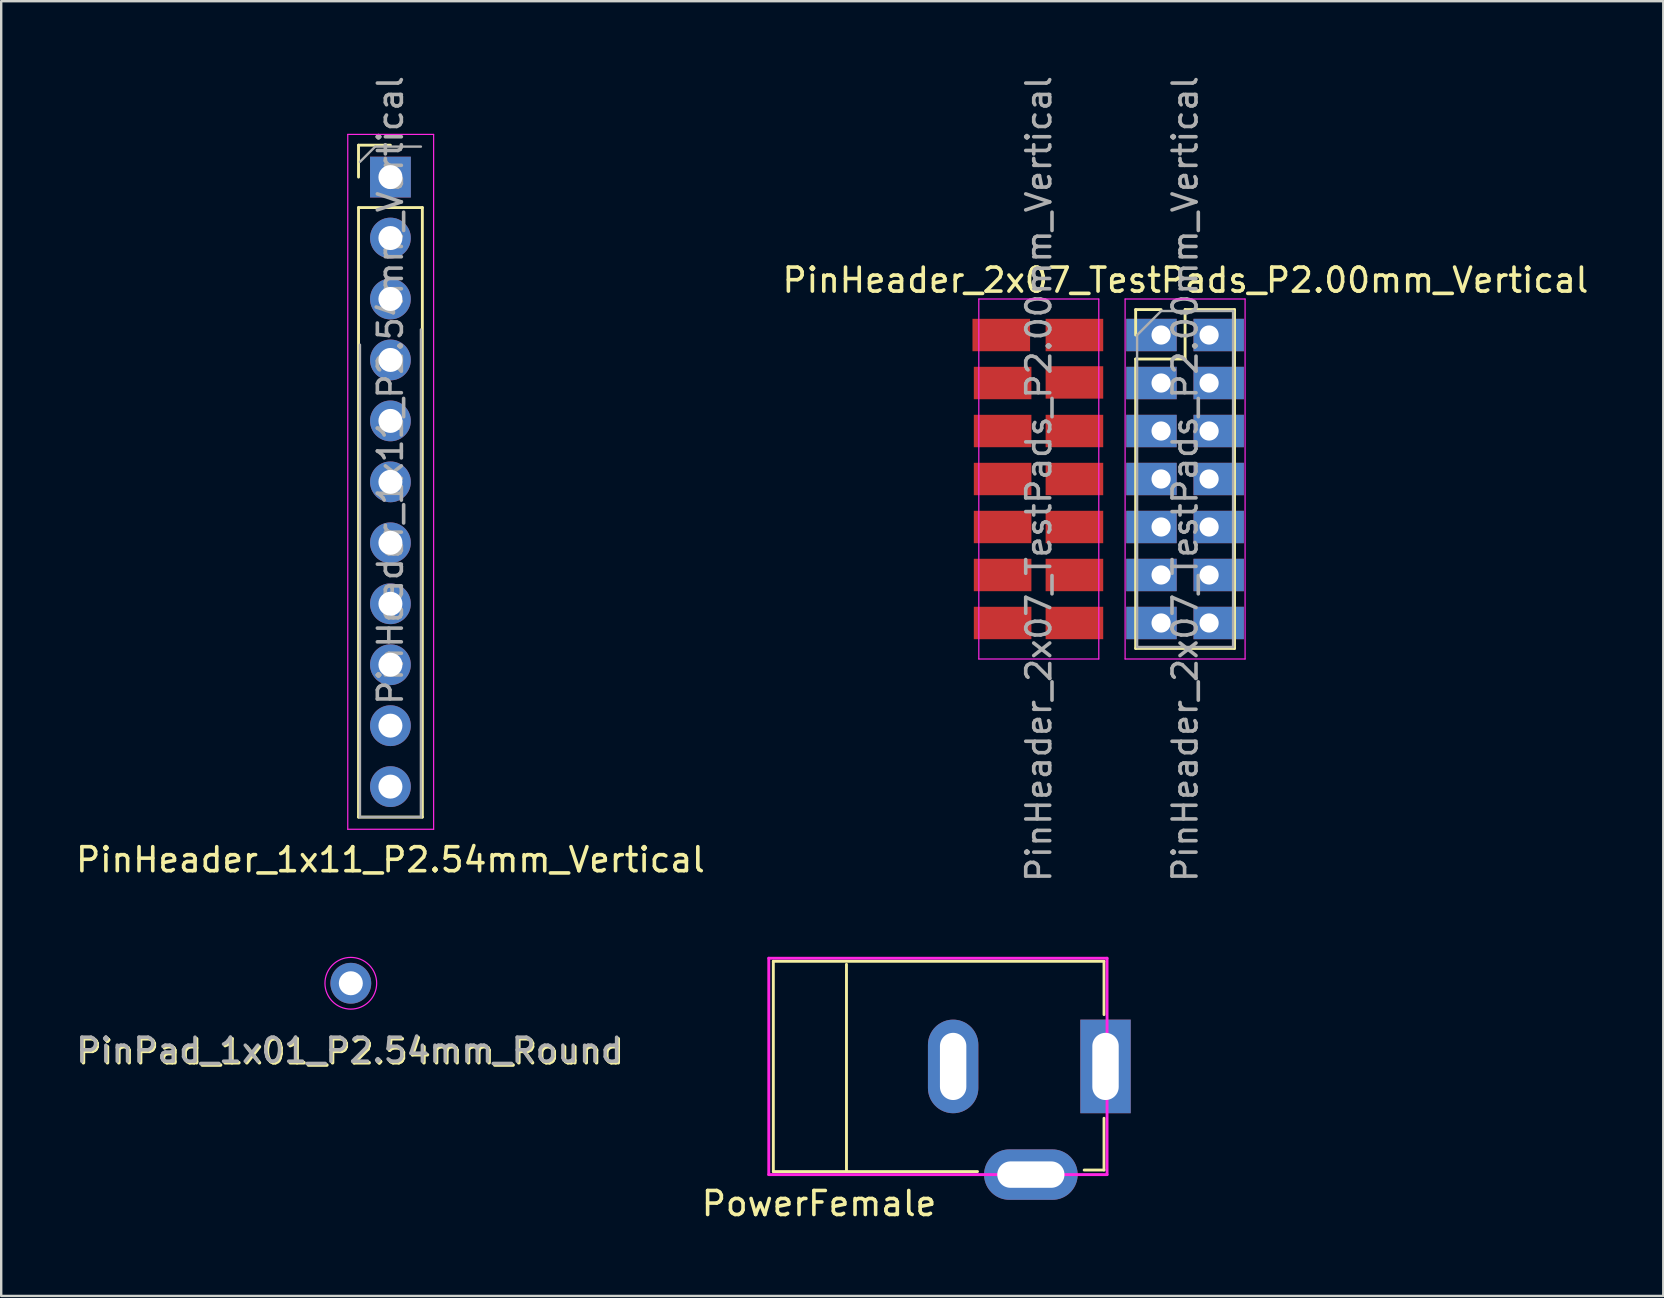
<source format=kicad_pcb>
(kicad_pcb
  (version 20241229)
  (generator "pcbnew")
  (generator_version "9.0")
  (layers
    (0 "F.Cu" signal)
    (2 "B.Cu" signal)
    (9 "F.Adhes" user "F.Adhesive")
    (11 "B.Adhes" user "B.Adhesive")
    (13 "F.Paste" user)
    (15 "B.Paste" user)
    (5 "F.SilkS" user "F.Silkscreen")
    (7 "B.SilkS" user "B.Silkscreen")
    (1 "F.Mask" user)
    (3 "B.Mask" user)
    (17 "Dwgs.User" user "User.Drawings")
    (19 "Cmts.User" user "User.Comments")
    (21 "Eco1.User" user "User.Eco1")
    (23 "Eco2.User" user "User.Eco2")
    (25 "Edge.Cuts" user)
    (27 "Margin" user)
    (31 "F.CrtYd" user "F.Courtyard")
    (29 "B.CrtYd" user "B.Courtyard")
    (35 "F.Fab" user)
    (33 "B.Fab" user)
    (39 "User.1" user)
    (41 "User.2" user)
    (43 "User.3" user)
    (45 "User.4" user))
  (footprint "PinPad_1x01_P2.54mm_Round"
    (layer "F.Cu")
    (at 11.569 37.924)
    (property "Reference" "PinPad_1x01_P2.54mm_Round" (at 0 2.857 0) (layer "F.SilkS") (effects (font (size 1 1) (thickness 0.15))))
    (attr through_hole)
    (fp_circle (center 0 0) (end 0.762 0.762) (stroke (width 0.05) (type solid)) (fill no) (layer "F.CrtYd"))
    (fp_text user "${REFERENCE}" (at -0.064 2.794 0) (layer "F.Fab") (effects (font (size 1 1) (thickness 0.15))))
    (pad "1" thru_hole circle (at 0 0) (size 1.7 1.7) (drill 1) (layers "*.Cu" "*.Mask")))
  (footprint "PinHeader_2x07_TestPads_P2.00mm_Vertical"
    (layer "F.Cu")
    (at 43.501 17.045)
    (property "Reference" "PinHeader_2x07_TestPads_P2.00mm_Vertical" (at 2.85 -8.42 0) (layer "F.SilkS") (effects (font (size 1 1) (thickness 0.15))))
    (attr through_hole)
    (fp_line (start 0.774 -7.194) (end 1.834 -7.194) (stroke (width 0.12) (type solid)) (layer "F.SilkS"))
    (fp_line (start 0.774 -6.134) (end 0.774 -7.194) (stroke (width 0.12) (type solid)) (layer "F.SilkS"))
    (fp_line (start 0.774 -5.134) (end 0.774 6.926) (stroke (width 0.12) (type solid)) (layer "F.SilkS"))
    (fp_line (start 0.774 -5.134) (end 2.834 -5.134) (stroke (width 0.12) (type solid)) (layer "F.SilkS"))
    (fp_line (start 0.774 6.926) (end 4.894 6.926) (stroke (width 0.12) (type solid)) (layer "F.SilkS"))
    (fp_line (start 2.834 -7.194) (end 4.894 -7.194) (stroke (width 0.12) (type solid)) (layer "F.SilkS"))
    (fp_line (start 2.834 -5.134) (end 2.834 -7.194) (stroke (width 0.12) (type solid)) (layer "F.SilkS"))
    (fp_line (start 4.894 -7.194) (end 4.894 6.926) (stroke (width 0.12) (type solid)) (layer "F.SilkS"))
    (fp_line (start -5.762 -7.634) (end -5.762 7.366) (stroke (width 0.05) (type solid)) (layer "F.CrtYd"))
    (fp_line (start -5.762 7.366) (end -0.762 7.366) (stroke (width 0.05) (type solid)) (layer "F.CrtYd"))
    (fp_line (start -0.762 -7.634) (end -5.762 -7.634) (stroke (width 0.05) (type solid)) (layer "F.CrtYd"))
    (fp_line (start -0.762 7.366) (end -0.762 -7.634) (stroke (width 0.05) (type solid)) (layer "F.CrtYd"))
    (fp_line (start 0.334 -7.634) (end 0.334 7.366) (stroke (width 0.05) (type solid)) (layer "F.CrtYd"))
    (fp_line (start 0.334 7.366) (end 5.334 7.366) (stroke (width 0.05) (type solid)) (layer "F.CrtYd"))
    (fp_line (start 5.334 -7.634) (end 0.334 -7.634) (stroke (width 0.05) (type solid)) (layer "F.CrtYd"))
    (fp_line (start 5.334 7.366) (end 5.334 -7.634) (stroke (width 0.05) (type solid)) (layer "F.CrtYd"))
    (fp_line (start 0.834 -6.134) (end 1.834 -7.134) (stroke (width 0.1) (type solid)) (layer "F.Fab"))
    (fp_line (start 0.834 6.866) (end 0.834 -6.134) (stroke (width 0.1) (type solid)) (layer "F.Fab"))
    (fp_line (start 1.834 -7.134) (end 4.834 -7.134) (stroke (width 0.1) (type solid)) (layer "F.Fab"))
    (fp_line (start 4.834 -7.134) (end 4.834 6.866) (stroke (width 0.1) (type solid)) (layer "F.Fab"))
    (fp_line (start 4.834 6.866) (end 0.834 6.866) (stroke (width 0.1) (type solid)) (layer "F.Fab"))
    (fp_text user "${REFERENCE}" (at -3.262 -0.134 90) (layer "F.Fab") (effects (font (size 1 1) (thickness 0.15))))
    (fp_text user "${REFERENCE}" (at 2.834 -0.134 90) (layer "F.Fab") (effects (font (size 1 1) (thickness 0.15))))
    (pad "1" smd rect (at -4.826 -6.134) (size 2.4 1.35) (layers "F.Cu" "F.Mask" "F.Paste"))
    (pad "1" thru_hole rect (at 1.834 -6.134) (size 2.1 1.35) (drill 0.8 (offset -0.4 0)) (layers "*.Cu" "*.Mask"))
    (pad "2" smd rect (at -1.778 -6.134) (size 2.4 1.35) (layers "F.Cu" "F.Mask" "F.Paste"))
    (pad "2" thru_hole rect (at 3.834 -6.134) (size 2.1 1.35) (drill 0.8 (offset 0.4 0)) (layers "*.Cu" "*.Mask"))
    (pad "3" smd rect (at -4.77 -4.134) (size 2.4 1.35) (layers "F.Cu" "F.Mask" "F.Paste"))
    (pad "3" thru_hole rect (at 1.834 -4.134) (size 2.1 1.35) (drill 0.8 (offset -0.4 0)) (layers "*.Cu" "*.Mask"))
    (pad "4" smd rect (at -1.778 -4.158) (size 2.4 1.35) (layers "F.Cu" "F.Mask" "F.Paste"))
    (pad "4" thru_hole rect (at 3.834 -4.134) (size 2.1 1.35) (drill 0.8 (offset 0.4 0)) (layers "*.Cu" "*.Mask"))
    (pad "5" smd rect (at -4.77 -2.134) (size 2.4 1.35) (layers "F.Cu" "F.Mask" "F.Paste"))
    (pad "5" thru_hole rect (at 1.834 -2.134) (size 2.1 1.35) (drill 0.8 (offset -0.4 0)) (layers "*.Cu" "*.Mask"))
    (pad "6" smd rect (at -1.778 -2.134) (size 2.4 1.35) (layers "F.Cu" "F.Mask" "F.Paste"))
    (pad "6" thru_hole rect (at 3.834 -2.134) (size 2.1 1.35) (drill 0.8 (offset 0.4 0)) (layers "*.Cu" "*.Mask"))
    (pad "7" smd rect (at -4.77 -0.134) (size 2.4 1.35) (layers "F.Cu" "F.Mask" "F.Paste"))
    (pad "7" thru_hole rect (at 1.834 -0.134) (size 2.1 1.35) (drill 0.8 (offset -0.4 0)) (layers "*.Cu" "*.Mask"))
    (pad "8" smd rect (at -1.778 -0.134) (size 2.4 1.35) (layers "F.Cu" "F.Mask" "F.Paste"))
    (pad "8" thru_hole rect (at 3.834 -0.134) (size 2.1 1.35) (drill 0.8 (offset 0.4 0)) (layers "*.Cu" "*.Mask"))
    (pad "9" smd rect (at -4.77 1.866) (size 2.4 1.35) (layers "F.Cu" "F.Mask" "F.Paste"))
    (pad "9" thru_hole rect (at 1.834 1.866) (size 2.1 1.35) (drill 0.8 (offset -0.4 0)) (layers "*.Cu" "*.Mask"))
    (pad "10" smd rect (at -1.778 1.866) (size 2.4 1.35) (layers "F.Cu" "F.Mask" "F.Paste"))
    (pad "10" thru_hole rect (at 3.834 1.866) (size 2.1 1.35) (drill 0.8 (offset 0.4 0)) (layers "*.Cu" "*.Mask"))
    (pad "11" smd rect (at -4.77 3.866) (size 2.4 1.35) (layers "F.Cu" "F.Mask" "F.Paste"))
    (pad "11" thru_hole rect (at 1.834 3.866) (size 2.1 1.35) (drill 0.8 (offset -0.4 0)) (layers "*.Cu" "*.Mask"))
    (pad "12" smd rect (at -1.778 3.866) (size 2.4 1.35) (layers "F.Cu" "F.Mask" "F.Paste"))
    (pad "12" thru_hole rect (at 3.834 3.866) (size 2.1 1.35) (drill 0.8 (offset 0.4 0)) (layers "*.Cu" "*.Mask"))
    (pad "13" smd rect (at -4.77 5.866) (size 2.4 1.35) (layers "F.Cu" "F.Mask" "F.Paste"))
    (pad "13" thru_hole rect (at 1.834 5.866) (size 2.1 1.35) (drill 0.8 (offset -0.4 0)) (layers "*.Cu" "*.Mask"))
    (pad "14" smd rect (at -1.778 5.866) (size 2.4 1.35) (layers "F.Cu" "F.Mask" "F.Paste"))
    (pad "14" thru_hole rect (at 3.834 5.866) (size 2.1 1.35) (drill 0.8 (offset 0.4 0)) (layers "*.Cu" "*.Mask")))
  (footprint "PinHeader_1x11_P2.54mm_Vertical"
    (layer "F.Cu")
    (at 13.22 17.03)
    (property "Reference" "PinHeader_1x11_P2.54mm_Vertical" (at 0 15.748 0) (layer "F.SilkS") (effects (font (size 1 1) (thickness 0.15))))
    (attr through_hole)
    (fp_line (start -1.33 -14.03) (end 0 -14.03) (stroke (width 0.12) (type solid)) (layer "F.SilkS"))
    (fp_line (start -1.33 -12.7) (end -1.33 -14.03) (stroke (width 0.12) (type solid)) (layer "F.SilkS"))
    (fp_line (start -1.33 -11.43) (end -1.33 13.97) (stroke (width 0.12) (type solid)) (layer "F.SilkS"))
    (fp_line (start -1.33 -11.43) (end 1.33 -11.43) (stroke (width 0.12) (type solid)) (layer "F.SilkS"))
    (fp_line (start -1.33 13.97) (end 1.33 13.97) (stroke (width 0.12) (type solid)) (layer "F.SilkS"))
    (fp_line (start 1.33 -11.43) (end 1.33 13.97) (stroke (width 0.12) (type solid)) (layer "F.SilkS"))
    (fp_line (start -1.778 14.478) (end -1.778 -14.478) (stroke (width 0.05) (type solid)) (layer "F.CrtYd"))
    (fp_line (start 1.8 -14.478) (end -1.778 -14.478) (stroke (width 0.05) (type solid)) (layer "F.CrtYd"))
    (fp_line (start 1.8 -14.478) (end 1.8 14.478) (stroke (width 0.05) (type solid)) (layer "F.CrtYd"))
    (fp_line (start 1.8 14.478) (end -1.778 14.478) (stroke (width 0.05) (type solid)) (layer "F.CrtYd"))
    (fp_line (start -1.27 -13.335) (end -0.635 -13.97) (stroke (width 0.1) (type solid)) (layer "F.Fab"))
    (fp_line (start -1.27 13.97) (end -1.27 -5.715) (stroke (width 0.1) (type solid)) (layer "F.Fab"))
    (fp_line (start -0.635 -13.97) (end 1.27 -13.97) (stroke (width 0.1) (type solid)) (layer "F.Fab"))
    (fp_line (start 1.27 -6.35) (end 1.27 13.97) (stroke (width 0.1) (type solid)) (layer "F.Fab"))
    (fp_line (start 1.27 13.97) (end -1.27 13.97) (stroke (width 0.1) (type solid)) (layer "F.Fab"))
    (fp_text user "${REFERENCE}" (at 0 -3.81 90) (layer "F.Fab") (effects (font (size 1 1) (thickness 0.15))))
    (pad "1" thru_hole rect (at 0 -12.7) (size 1.7 1.7) (drill 1) (layers "*.Cu" "*.Mask"))
    (pad "2" thru_hole oval (at 0 -10.16) (size 1.7 1.7) (drill 1) (layers "*.Cu" "*.Mask"))
    (pad "3" thru_hole oval (at 0 -7.62) (size 1.7 1.7) (drill 1) (layers "*.Cu" "*.Mask"))
    (pad "4" thru_hole oval (at 0 -5.08) (size 1.7 1.7) (drill 1) (layers "*.Cu" "*.Mask"))
    (pad "5" thru_hole oval (at 0 -2.54) (size 1.7 1.7) (drill 1) (layers "*.Cu" "*.Mask"))
    (pad "6" thru_hole oval (at 0 0) (size 1.7 1.7) (drill 1) (layers "*.Cu" "*.Mask"))
    (pad "7" thru_hole oval (at 0 2.54) (size 1.7 1.7) (drill 1) (layers "*.Cu" "*.Mask"))
    (pad "8" thru_hole oval (at 0 5.08) (size 1.7 1.7) (drill 1) (layers "*.Cu" "*.Mask"))
    (pad "9" thru_hole oval (at 0 7.62) (size 1.7 1.7) (drill 1) (layers "*.Cu" "*.Mask"))
    (pad "10" thru_hole oval (at 0 10.16) (size 1.7 1.7) (drill 1) (layers "*.Cu" "*.Mask"))
    (pad "11" thru_hole oval (at 0 12.7) (size 1.7 1.7) (drill 1) (layers "*.Cu" "*.Mask")))
  (footprint "PowerFemale"
    (layer "F.Cu")
    (at 36.263 41.428)
    (property "Reference" "PowerFemale" (at -5.182 5.677 0) (layer "F.SilkS") (effects (font (size 1 1) (thickness 0.15))))
    (attr through_hole)
    (fp_line (start -7.087 -4.42) (end 6.693 -4.42) (stroke (width 0.12) (type solid)) (layer "F.SilkS"))
    (fp_line (start -7.087 4.343) (end -7.087 -4.42) (stroke (width 0.12) (type solid)) (layer "F.SilkS"))
    (fp_line (start -4.039 -4.293) (end -4.039 4.343) (stroke (width 0.12) (type solid)) (layer "F.SilkS"))
    (fp_line (start 1.422 4.343) (end -7.087 4.343) (stroke (width 0.12) (type solid)) (layer "F.SilkS"))
    (fp_line (start 6.693 -4.42) (end 6.693 -2.197) (stroke (width 0.12) (type solid)) (layer "F.SilkS"))
    (fp_line (start 6.693 2.121) (end 6.693 4.28) (stroke (width 0.12) (type solid)) (layer "F.SilkS"))
    (fp_line (start 6.693 4.28) (end 5.867 4.28) (stroke (width 0.12) (type solid)) (layer "F.SilkS"))
    (fp_line (start -7.277 -4.547) (end 6.82 -4.547) (stroke (width 0.12) (type solid)) (layer "F.CrtYd"))
    (fp_line (start -7.277 4.47) (end -7.277 -4.547) (stroke (width 0.12) (type solid)) (layer "F.CrtYd"))
    (fp_line (start 6.82 -4.547) (end 6.82 4.47) (stroke (width 0.12) (type solid)) (layer "F.CrtYd"))
    (fp_line (start 6.82 4.47) (end -7.277 4.47) (stroke (width 0.12) (type solid)) (layer "F.CrtYd"))
    (pad "1" thru_hole rect (at 6.756 -0.038) (size 2.1 3.9) (drill oval 1.1 2.8) (layers "*.Cu" "*.Mask"))
    (pad "2" thru_hole oval (at 0.406 -0.038) (size 2.1 3.9) (drill oval 1.1 2.8) (layers "*.Cu" "*.Mask"))
    (pad "3" thru_hole oval (at 3.645 4.47 90) (size 2.1 3.9) (drill oval 1.1 2.8) (layers "*.Cu" "*.Mask")))
  (gr_rect
    (start -3 -3)
    (end 66.262 50.953)
    (stroke (width 0.1) (type default))
    (fill no)
    (layer "Edge.Cuts")))
</source>
